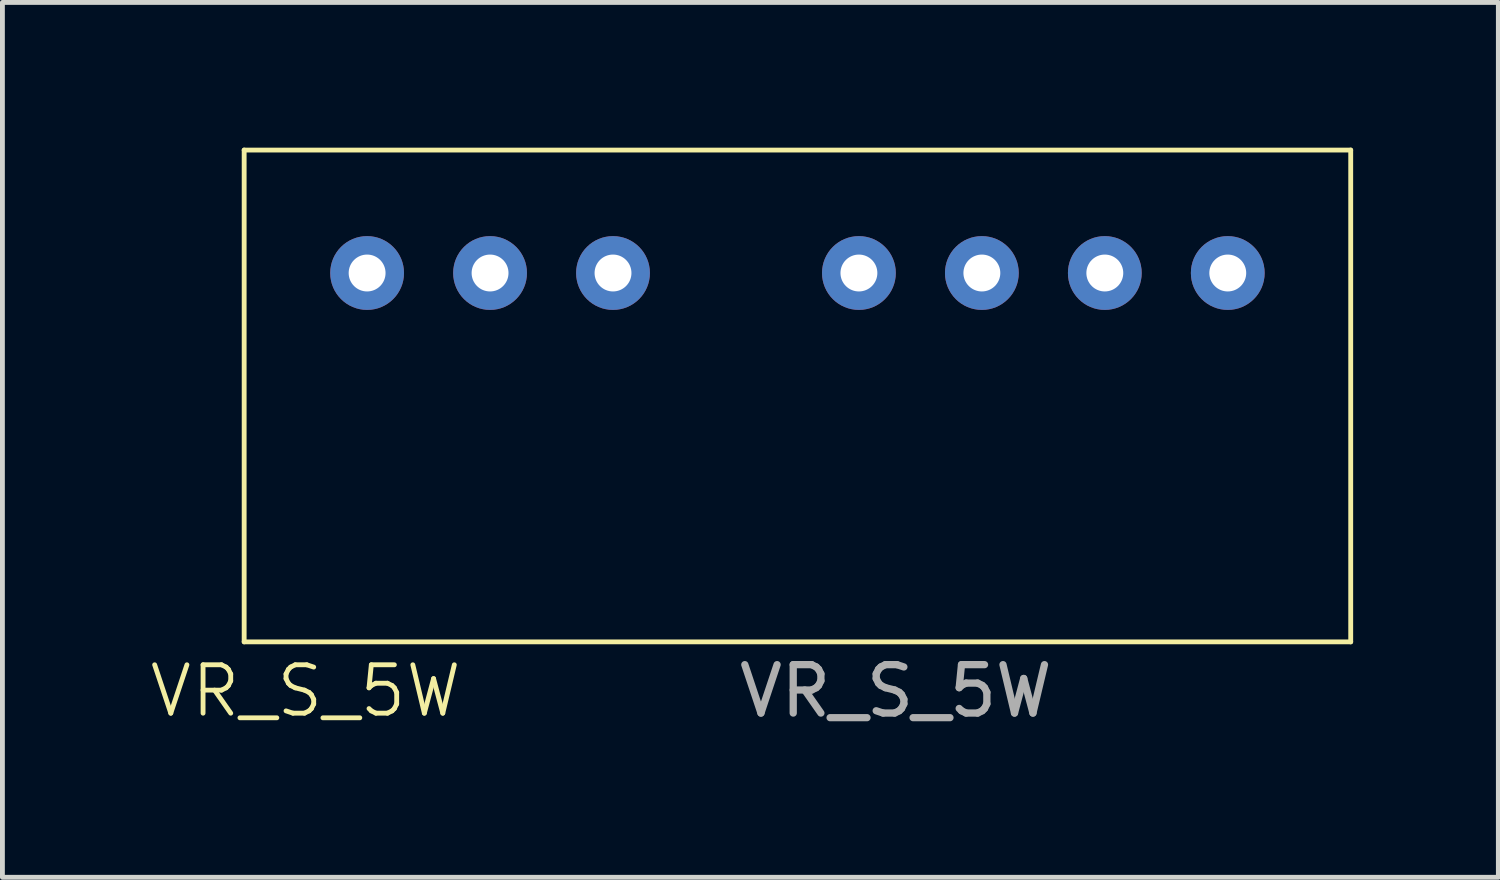
<source format=kicad_pcb>
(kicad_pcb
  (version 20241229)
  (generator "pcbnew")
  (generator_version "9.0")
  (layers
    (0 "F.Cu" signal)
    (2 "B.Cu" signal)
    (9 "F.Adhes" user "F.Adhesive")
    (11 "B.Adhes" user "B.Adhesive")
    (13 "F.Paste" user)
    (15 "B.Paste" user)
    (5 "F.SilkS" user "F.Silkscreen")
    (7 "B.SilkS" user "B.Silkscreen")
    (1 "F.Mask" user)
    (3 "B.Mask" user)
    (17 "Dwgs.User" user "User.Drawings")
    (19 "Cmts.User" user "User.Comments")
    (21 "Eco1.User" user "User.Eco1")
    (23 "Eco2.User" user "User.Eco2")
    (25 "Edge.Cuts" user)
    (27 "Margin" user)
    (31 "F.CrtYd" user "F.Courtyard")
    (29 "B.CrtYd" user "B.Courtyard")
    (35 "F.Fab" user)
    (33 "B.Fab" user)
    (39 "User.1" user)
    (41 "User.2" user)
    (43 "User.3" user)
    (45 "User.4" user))
  (footprint "VR_S_5W"
    (layer "F.Cu")
    (at 4.534 2.59)
    (property "Reference" "VR_S_5W" (at -1.27 8.636 0) (unlocked yes) (layer "F.SilkS") (effects (font (size 1 1) (thickness 0.1))))
    (attr through_hole)
    (fp_line (start -2.54 -2.54) (end -2.54 7.62) (stroke (width 0.1) (type default)) (layer "F.SilkS"))
    (fp_line (start -2.54 7.62) (end 20.32 7.62) (stroke (width 0.1) (type default)) (layer "F.SilkS"))
    (fp_line (start 20.32 -2.54) (end -2.54 -2.54) (stroke (width 0.1) (type default)) (layer "F.SilkS"))
    (fp_line (start 20.32 7.62) (end 20.32 -2.54) (stroke (width 0.1) (type default)) (layer "F.SilkS"))
    (fp_text user "${REFERENCE}" (at 10.922 8.636 0) (unlocked yes) (layer "F.Fab") (effects (font (size 1 1) (thickness 0.15))))
    (pad "1" thru_hole circle (at 0 0) (size 1.524 1.524) (drill 0.762) (layers "*.Cu" "*.Mask"))
    (pad "2" thru_hole circle (at 2.54 0) (size 1.524 1.524) (drill 0.762) (layers "*.Cu" "*.Mask"))
    (pad "3" thru_hole circle (at 5.08 0) (size 1.524 1.524) (drill 0.762) (layers "*.Cu" "*.Mask"))
    (pad "5" thru_hole circle (at 10.16 0) (size 1.524 1.524) (drill 0.762) (layers "*.Cu" "*.Mask"))
    (pad "6" thru_hole circle (at 12.7 0) (size 1.524 1.524) (drill 0.762) (layers "*.Cu" "*.Mask"))
    (pad "7" thru_hole circle (at 15.24 0) (size 1.524 1.524) (drill 0.762) (layers "*.Cu" "*.Mask"))
    (pad "8" thru_hole circle (at 17.78 0) (size 1.524 1.524) (drill 0.762) (layers "*.Cu" "*.Mask")))
  (gr_rect
    (start -3 -3)
    (end 27.904 15.074)
    (stroke (width 0.1) (type default))
    (fill no)
    (layer "Edge.Cuts")))
</source>
